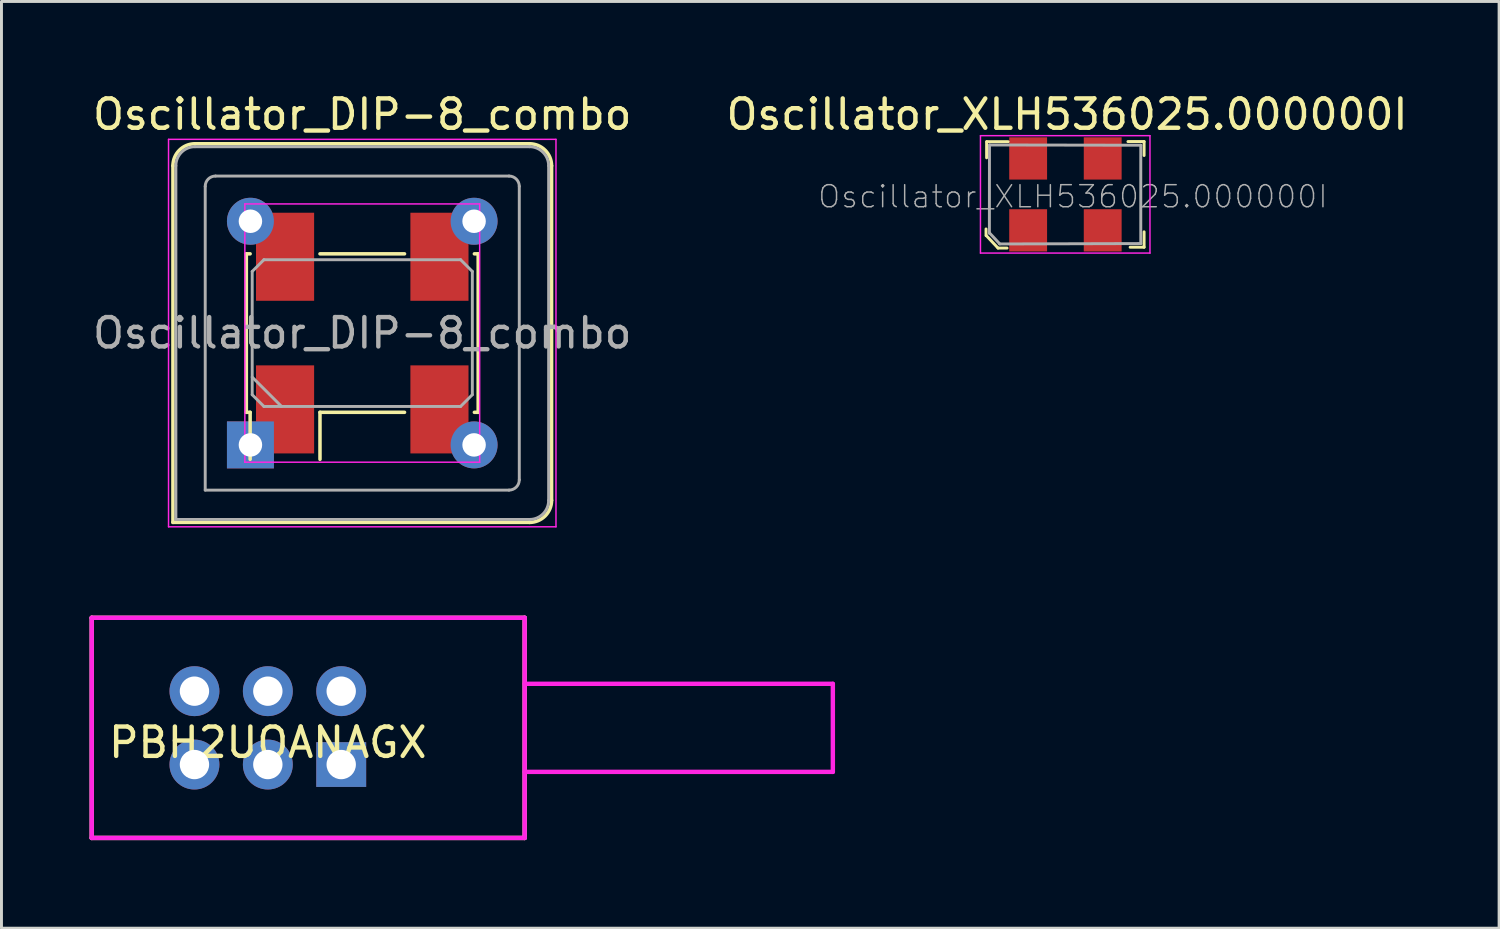
<source format=kicad_pcb>
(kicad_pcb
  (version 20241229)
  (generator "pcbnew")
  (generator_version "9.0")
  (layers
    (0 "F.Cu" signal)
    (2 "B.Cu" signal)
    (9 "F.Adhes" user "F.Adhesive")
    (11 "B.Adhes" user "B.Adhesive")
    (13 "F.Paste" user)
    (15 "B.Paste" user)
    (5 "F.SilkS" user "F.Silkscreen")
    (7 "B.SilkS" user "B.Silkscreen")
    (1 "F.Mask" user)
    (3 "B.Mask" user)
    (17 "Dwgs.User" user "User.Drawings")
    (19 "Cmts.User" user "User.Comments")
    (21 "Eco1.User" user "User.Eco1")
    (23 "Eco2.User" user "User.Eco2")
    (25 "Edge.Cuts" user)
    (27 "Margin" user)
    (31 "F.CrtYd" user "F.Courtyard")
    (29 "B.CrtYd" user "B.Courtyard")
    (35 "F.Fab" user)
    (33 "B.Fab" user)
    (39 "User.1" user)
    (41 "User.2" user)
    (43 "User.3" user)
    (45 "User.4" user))
  (footprint "PBH2UOANAGX"
    (layer "F.Cu")
    (at 6.075 21.748)
    (property "Reference" "PBH2UOANAGX" (at 0 0.5 0) (layer "F.SilkS") (effects (font (size 1 1) (thickness 0.15))))
    (attr through_hole)
    (fp_line (start -6 3.75) (end -6 -3.75) (stroke (width 0.15) (type solid)) (layer "F.SilkS"))
    (fp_line (start 8.75 -3.75) (end -6 -3.75) (stroke (width 0.15) (type solid)) (layer "F.SilkS"))
    (fp_line (start 8.75 3.75) (end -6 3.75) (stroke (width 0.15) (type solid)) (layer "F.SilkS"))
    (fp_line (start 8.75 3.75) (end 8.75 -3.75) (stroke (width 0.15) (type solid)) (layer "F.SilkS"))
    (fp_line (start -6 -3.75) (end 8.75 -3.75) (stroke (width 0.15) (type solid)) (layer "F.CrtYd"))
    (fp_line (start -6 3.75) (end -6 -3.75) (stroke (width 0.15) (type solid)) (layer "F.CrtYd"))
    (fp_line (start 8.75 -3.75) (end 8.75 3.75) (stroke (width 0.15) (type solid)) (layer "F.CrtYd"))
    (fp_line (start 8.75 -1.5) (end 19.25 -1.5) (stroke (width 0.15) (type solid)) (layer "F.CrtYd"))
    (fp_line (start 8.75 3.75) (end -6 3.75) (stroke (width 0.15) (type solid)) (layer "F.CrtYd"))
    (fp_line (start 19.25 -1.5) (end 19.25 1.5) (stroke (width 0.15) (type solid)) (layer "F.CrtYd"))
    (fp_line (start 19.25 1.5) (end 8.75 1.5) (stroke (width 0.15) (type solid)) (layer "F.CrtYd"))
    (pad "1" thru_hole rect (at 2.5 1.25) (size 1.7 1.524) (drill 1) (layers "*.Cu" "*.Mask"))
    (pad "2" thru_hole circle (at 0 1.25) (size 1.7 1.7) (drill 1) (layers "*.Cu" "*.Mask"))
    (pad "3" thru_hole circle (at -2.5 1.25) (size 1.7 1.7) (drill 1) (layers "*.Cu" "*.Mask"))
    (pad "4" thru_hole circle (at 2.5 -1.25) (size 1.7 1.7) (drill 1) (layers "*.Cu" "*.Mask"))
    (pad "5" thru_hole circle (at 0 -1.25) (size 1.7 1.7) (drill 1) (layers "*.Cu" "*.Mask"))
    (pad "6" thru_hole circle (at -2.5 -1.25) (size 1.7 1.7) (drill 1) (layers "*.Cu" "*.Mask")))
  (footprint "Oscillator_XLH536025.000000I"
    (layer "F.Cu")
    (at 31.979 4.698)
    (property "Reference" "Oscillator_XLH536025.000000I" (at 1.325 -3.85 0) (layer "F.SilkS") (effects (font (size 1 1) (thickness 0.15))))
    (attr smd)
    (fp_line (start -1.435 0.278) (end -1.435 0.053) (stroke (width 0.1) (type solid)) (layer "F.SilkS"))
    (fp_line (start -1.426 0.279) (end -1.026 0.704) (stroke (width 0.1) (type solid)) (layer "F.SilkS"))
    (fp_line (start -1.415 -2.372) (end -1.415 -2.922) (stroke (width 0.1) (type solid)) (layer "F.SilkS"))
    (fp_line (start -1.026 0.704) (end -0.719 0.704) (stroke (width 0.1) (type solid)) (layer "F.SilkS"))
    (fp_line (start -0.681 -2.921) (end -1.406 -2.921) (stroke (width 0.1) (type solid)) (layer "F.SilkS"))
    (fp_line (start 3.4 -2.925) (end 3.95 -2.925) (stroke (width 0.1) (type solid)) (layer "F.SilkS"))
    (fp_line (start 3.95 -2.925) (end 3.95 -2.45) (stroke (width 0.1) (type solid)) (layer "F.SilkS"))
    (fp_line (start 3.95 0.15) (end 3.95 0.675) (stroke (width 0.1) (type solid)) (layer "F.SilkS"))
    (fp_line (start 3.95 0.675) (end 3.475 0.675) (stroke (width 0.1) (type solid)) (layer "F.SilkS"))
    (fp_line (start -1.625 -3.125) (end 4.15 -3.125) (stroke (width 0.05) (type solid)) (layer "F.CrtYd"))
    (fp_line (start -1.625 0.875) (end -1.625 -3.125) (stroke (width 0.05) (type solid)) (layer "F.CrtYd"))
    (fp_line (start 4.15 -3.125) (end 4.15 0.875) (stroke (width 0.05) (type solid)) (layer "F.CrtYd"))
    (fp_line (start 4.15 0.875) (end -1.625 0.875) (stroke (width 0.05) (type solid)) (layer "F.CrtYd"))
    (fp_line (start -1.321 0.201) (end -1.318 -2.812) (stroke (width 0.1) (type solid)) (layer "F.Fab"))
    (fp_line (start -1.32 0.184) (end -0.97 0.559) (stroke (width 0.1) (type solid)) (layer "F.Fab"))
    (fp_line (start -1.303 -2.809) (end 3.837 -2.8) (stroke (width 0.1) (type solid)) (layer "F.Fab"))
    (fp_line (start -0.973 0.564) (end 3.837 0.55) (stroke (width 0.1) (type solid)) (layer "F.Fab"))
    (fp_line (start 3.837 -2.8) (end 3.837 0.55) (stroke (width 0.1) (type solid)) (layer "F.Fab"))
    (fp_text user "${REFERENCE}" (at 1.525 -1.05 0) (layer "F.Fab") (effects (font (size 0.75 0.75) (thickness 0.05))))
    (pad "1" smd rect (at 0 0.1) (size 1.29 1.44) (layers "F.Cu" "F.Mask" "F.Paste"))
    (pad "2" smd rect (at 2.54 0.1) (size 1.29 1.44) (layers "F.Cu" "F.Mask" "F.Paste"))
    (pad "3" smd rect (at 2.54 -2.35) (size 1.29 1.44) (layers "F.Cu" "F.Mask" "F.Paste"))
    (pad "4" smd rect (at 0 -2.35) (size 1.29 1.44) (layers "F.Cu" "F.Mask" "F.Paste")))
  (footprint "Oscillator_DIP-8_combo"
    (layer "F.Cu")
    (at 5.482 12.108)
    (property "Reference" "Oscillator_DIP-8_combo" (at 3.81 -11.26 0) (layer "F.SilkS") (effects (font (size 1 1) (thickness 0.15))))
    (attr through_hole)
    (fp_line (start -2.64 -9.51) (end -2.64 2.64) (stroke (width 0.12) (type solid)) (layer "F.SilkS"))
    (fp_line (start -2.64 2.64) (end 9.51 2.64) (stroke (width 0.12) (type solid)) (layer "F.SilkS"))
    (fp_line (start -0.14 -6.51) (end -0.01 -6.51) (stroke (width 0.12) (type solid)) (layer "F.SilkS"))
    (fp_line (start -0.14 -1.11) (end -0.14 -6.51) (stroke (width 0.12) (type solid)) (layer "F.SilkS"))
    (fp_line (start -0.01 -1.11) (end -0.14 -1.11) (stroke (width 0.12) (type solid)) (layer "F.SilkS"))
    (fp_line (start -0.01 0.49) (end -0.01 -1.11) (stroke (width 0.12) (type solid)) (layer "F.SilkS"))
    (fp_line (start 2.37 -6.51) (end 5.25 -6.51) (stroke (width 0.12) (type solid)) (layer "F.SilkS"))
    (fp_line (start 2.37 -1.11) (end 2.37 0.49) (stroke (width 0.12) (type solid)) (layer "F.SilkS"))
    (fp_line (start 5.25 -1.11) (end 2.37 -1.11) (stroke (width 0.12) (type solid)) (layer "F.SilkS"))
    (fp_line (start 7.63 -6.51) (end 7.76 -6.51) (stroke (width 0.12) (type solid)) (layer "F.SilkS"))
    (fp_line (start 7.76 -6.51) (end 7.76 -1.11) (stroke (width 0.12) (type solid)) (layer "F.SilkS"))
    (fp_line (start 7.76 -1.11) (end 7.63 -1.11) (stroke (width 0.12) (type solid)) (layer "F.SilkS"))
    (fp_line (start 9.51 -10.26) (end -1.89 -10.26) (stroke (width 0.12) (type solid)) (layer "F.SilkS"))
    (fp_line (start 10.26 1.89) (end 10.26 -9.51) (stroke (width 0.12) (type solid)) (layer "F.SilkS"))
    (fp_arc (start -2.64 -9.51) (mid -2.42033 -10.04033) (end -1.89 -10.26) (stroke (width 0.12) (type solid)) (layer "F.SilkS"))
    (fp_arc (start 9.51 -10.26) (mid 10.04033 -10.04033) (end 10.26 -9.51) (stroke (width 0.12) (type solid)) (layer "F.SilkS"))
    (fp_arc (start 10.26 1.89) (mid 10.04033 2.42033) (end 9.51 2.64) (stroke (width 0.12) (type solid)) (layer "F.SilkS"))
    (fp_line (start -2.79 -10.41) (end -2.79 2.79) (stroke (width 0.05) (type solid)) (layer "F.CrtYd"))
    (fp_line (start -2.79 2.79) (end 10.41 2.79) (stroke (width 0.05) (type solid)) (layer "F.CrtYd"))
    (fp_line (start -0.19 -8.21) (end -0.19 0.59) (stroke (width 0.05) (type solid)) (layer "F.CrtYd"))
    (fp_line (start -0.19 0.59) (end 7.81 0.59) (stroke (width 0.05) (type solid)) (layer "F.CrtYd"))
    (fp_line (start 7.81 -8.21) (end -0.19 -8.21) (stroke (width 0.05) (type solid)) (layer "F.CrtYd"))
    (fp_line (start 7.81 0.59) (end 7.81 -8.21) (stroke (width 0.05) (type solid)) (layer "F.CrtYd"))
    (fp_line (start 10.41 -10.41) (end -2.79 -10.41) (stroke (width 0.05) (type solid)) (layer "F.CrtYd"))
    (fp_line (start 10.41 2.79) (end 10.41 -10.41) (stroke (width 0.05) (type solid)) (layer "F.CrtYd"))
    (fp_line (start -2.54 2.54) (end -2.54 -9.51) (stroke (width 0.1) (type solid)) (layer "F.Fab"))
    (fp_line (start -2.54 2.54) (end 9.51 2.54) (stroke (width 0.1) (type solid)) (layer "F.Fab"))
    (fp_line (start -1.89 -10.16) (end 9.51 -10.16) (stroke (width 0.1) (type solid)) (layer "F.Fab"))
    (fp_line (start -1.54 1.54) (end -1.54 -8.81) (stroke (width 0.1) (type solid)) (layer "F.Fab"))
    (fp_line (start -1.54 1.54) (end 8.81 1.54) (stroke (width 0.1) (type solid)) (layer "F.Fab"))
    (fp_line (start -1.19 -9.16) (end 8.81 -9.16) (stroke (width 0.1) (type solid)) (layer "F.Fab"))
    (fp_line (start 0.06 -5.91) (end 0.46 -6.31) (stroke (width 0.1) (type solid)) (layer "F.Fab"))
    (fp_line (start 0.06 -2.31) (end 1.06 -1.31) (stroke (width 0.1) (type solid)) (layer "F.Fab"))
    (fp_line (start 0.06 -1.71) (end 0.06 -5.91) (stroke (width 0.1) (type solid)) (layer "F.Fab"))
    (fp_line (start 0.46 -6.31) (end 7.16 -6.31) (stroke (width 0.1) (type solid)) (layer "F.Fab"))
    (fp_line (start 0.46 -1.31) (end 0.06 -1.71) (stroke (width 0.1) (type solid)) (layer "F.Fab"))
    (fp_line (start 7.16 -6.31) (end 7.56 -5.91) (stroke (width 0.1) (type solid)) (layer "F.Fab"))
    (fp_line (start 7.16 -1.31) (end 0.46 -1.31) (stroke (width 0.1) (type solid)) (layer "F.Fab"))
    (fp_line (start 7.56 -5.91) (end 7.56 -1.71) (stroke (width 0.1) (type solid)) (layer "F.Fab"))
    (fp_line (start 7.56 -1.71) (end 7.16 -1.31) (stroke (width 0.1) (type solid)) (layer "F.Fab"))
    (fp_line (start 9.16 1.19) (end 9.16 -8.81) (stroke (width 0.1) (type solid)) (layer "F.Fab"))
    (fp_line (start 10.16 -9.51) (end 10.16 1.89) (stroke (width 0.1) (type solid)) (layer "F.Fab"))
    (fp_arc (start -2.54 -9.51) (mid -2.349619 -9.969619) (end -1.89 -10.16) (stroke (width 0.1) (type solid)) (layer "F.Fab"))
    (fp_arc (start -1.54 -8.81) (mid -1.437487 -9.057487) (end -1.19 -9.16) (stroke (width 0.1) (type solid)) (layer "F.Fab"))
    (fp_arc (start 8.81 -9.16) (mid 9.057487 -9.057487) (end 9.16 -8.81) (stroke (width 0.1) (type solid)) (layer "F.Fab"))
    (fp_arc (start 9.16 1.19) (mid 9.057487 1.437487) (end 8.81 1.54) (stroke (width 0.1) (type solid)) (layer "F.Fab"))
    (fp_arc (start 9.51 -10.16) (mid 9.969619 -9.969619) (end 10.16 -9.51) (stroke (width 0.1) (type solid)) (layer "F.Fab"))
    (fp_arc (start 10.16 1.89) (mid 9.969619 2.349619) (end 9.51 2.54) (stroke (width 0.1) (type solid)) (layer "F.Fab"))
    (fp_text user "${REFERENCE}" (at 3.81 -3.81 0) (layer "F.Fab") (effects (font (size 1 1) (thickness 0.15))))
    (pad "1" thru_hole rect (at 0 0) (size 1.6 1.6) (drill 0.8) (layers "*.Cu" "*.Mask"))
    (pad "1" smd rect (at 1.18 -1.21) (size 1.98 3) (layers "F.Cu" "F.Mask" "F.Paste"))
    (pad "4" smd rect (at 6.44 -1.21) (size 1.98 3) (layers "F.Cu" "F.Mask" "F.Paste"))
    (pad "4" thru_hole circle (at 7.62 0) (size 1.6 1.6) (drill 0.8) (layers "*.Cu" "*.Mask"))
    (pad "5" smd rect (at 6.44 -6.41) (size 1.98 3) (layers "F.Cu" "F.Mask" "F.Paste"))
    (pad "5" thru_hole circle (at 7.62 -7.62) (size 1.6 1.6) (drill 0.8) (layers "*.Cu" "*.Mask"))
    (pad "8" thru_hole circle (at 0 -7.62) (size 1.6 1.6) (drill 0.8) (layers "*.Cu" "*.Mask"))
    (pad "8" smd rect (at 1.18 -6.41) (size 1.98 3) (layers "F.Cu" "F.Mask" "F.Paste")))
  (gr_rect
    (start -3 -3)
    (end 48.024 28.573)
    (stroke (width 0.1) (type default))
    (fill no)
    (layer "Edge.Cuts")))
</source>
